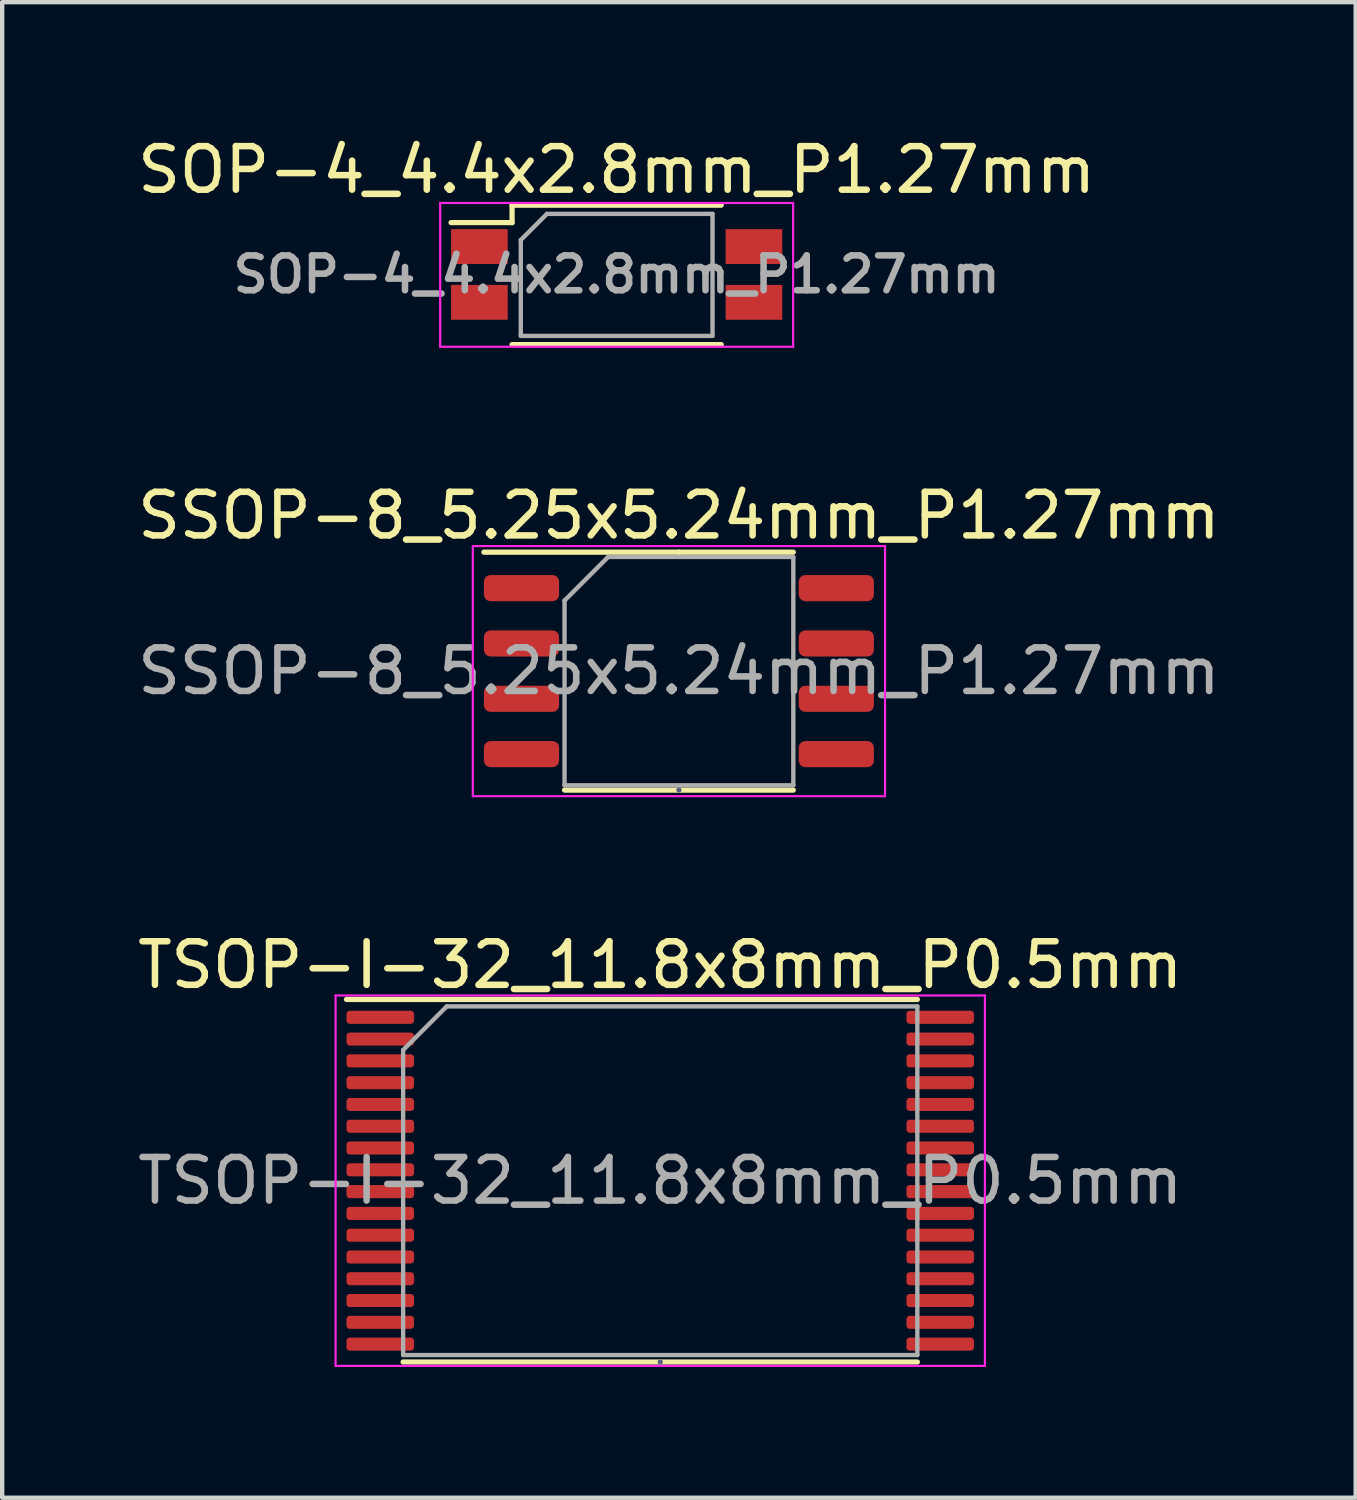
<source format=kicad_pcb>
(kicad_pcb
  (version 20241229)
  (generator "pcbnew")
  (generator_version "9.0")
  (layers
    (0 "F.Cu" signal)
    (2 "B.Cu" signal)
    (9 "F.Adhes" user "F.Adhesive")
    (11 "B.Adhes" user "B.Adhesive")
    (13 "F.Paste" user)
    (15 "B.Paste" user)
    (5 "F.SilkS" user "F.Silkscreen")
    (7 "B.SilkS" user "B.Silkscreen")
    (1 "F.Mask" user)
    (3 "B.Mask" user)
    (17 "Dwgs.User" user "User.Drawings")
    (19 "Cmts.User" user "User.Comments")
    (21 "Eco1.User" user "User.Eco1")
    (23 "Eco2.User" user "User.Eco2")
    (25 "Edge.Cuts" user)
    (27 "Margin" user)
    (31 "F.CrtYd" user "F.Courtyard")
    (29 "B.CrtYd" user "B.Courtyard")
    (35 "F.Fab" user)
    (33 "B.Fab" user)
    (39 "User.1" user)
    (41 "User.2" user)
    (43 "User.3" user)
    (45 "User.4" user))
  (footprint "TSOP-I-32_11.8x8mm_P0.5mm"
    (layer "F.Cu")
    (at 12.101 24.045)
    (property "Reference" "TSOP-I-32_11.8x8mm_P0.5mm" (at 0 -4.95 0) (layer "F.SilkS") (effects (font (size 1 1) (thickness 0.15))))
    (attr smd)
    (fp_line (start 0 -4.16) (end -7.2 -4.16) (stroke (width 0.12) (type solid)) (layer "F.SilkS"))
    (fp_line (start 0 -4.16) (end 5.9 -4.16) (stroke (width 0.12) (type solid)) (layer "F.SilkS"))
    (fp_line (start 0 4.16) (end -5.9 4.16) (stroke (width 0.12) (type solid)) (layer "F.SilkS"))
    (fp_line (start 0 4.16) (end 5.9 4.16) (stroke (width 0.12) (type solid)) (layer "F.SilkS"))
    (fp_line (start -7.45 -4.25) (end -7.45 4.25) (stroke (width 0.05) (type solid)) (layer "F.CrtYd"))
    (fp_line (start -7.45 4.25) (end 7.45 4.25) (stroke (width 0.05) (type solid)) (layer "F.CrtYd"))
    (fp_line (start 7.45 -4.25) (end -7.45 -4.25) (stroke (width 0.05) (type solid)) (layer "F.CrtYd"))
    (fp_line (start 7.45 4.25) (end 7.45 -4.25) (stroke (width 0.05) (type solid)) (layer "F.CrtYd"))
    (fp_line (start 0 4.16) (end 0 4.16) (stroke (width 0.12) (type solid)) (layer "B.Fab"))
    (fp_line (start -5.9 -3) (end -4.9 -4) (stroke (width 0.1) (type solid)) (layer "F.Fab"))
    (fp_line (start -5.9 4) (end -5.9 -3) (stroke (width 0.1) (type solid)) (layer "F.Fab"))
    (fp_line (start -4.9 -4) (end 5.9 -4) (stroke (width 0.1) (type solid)) (layer "F.Fab"))
    (fp_line (start 5.9 -4) (end 5.9 4) (stroke (width 0.1) (type solid)) (layer "F.Fab"))
    (fp_line (start 5.9 4) (end -5.9 4) (stroke (width 0.1) (type solid)) (layer "F.Fab"))
    (fp_text user "${REFERENCE}" (at 0 0 0) (layer "F.Fab") (effects (font (size 1 1) (thickness 0.15))))
    (pad "1" smd roundrect (at -6.425 -3.75) (size 1.55 0.3) (layers "F.Cu" "F.Mask" "F.Paste") (roundrect_rratio 0.25))
    (pad "2" smd roundrect (at -6.425 -3.25) (size 1.55 0.3) (layers "F.Cu" "F.Mask" "F.Paste") (roundrect_rratio 0.25))
    (pad "3" smd roundrect (at -6.425 -2.75) (size 1.55 0.3) (layers "F.Cu" "F.Mask" "F.Paste") (roundrect_rratio 0.25))
    (pad "4" smd roundrect (at -6.425 -2.25) (size 1.55 0.3) (layers "F.Cu" "F.Mask" "F.Paste") (roundrect_rratio 0.25))
    (pad "5" smd roundrect (at -6.425 -1.75) (size 1.55 0.3) (layers "F.Cu" "F.Mask" "F.Paste") (roundrect_rratio 0.25))
    (pad "6" smd roundrect (at -6.425 -1.25) (size 1.55 0.3) (layers "F.Cu" "F.Mask" "F.Paste") (roundrect_rratio 0.25))
    (pad "7" smd roundrect (at -6.425 -0.75) (size 1.55 0.3) (layers "F.Cu" "F.Mask" "F.Paste") (roundrect_rratio 0.25))
    (pad "8" smd roundrect (at -6.425 -0.25) (size 1.55 0.3) (layers "F.Cu" "F.Mask" "F.Paste") (roundrect_rratio 0.25))
    (pad "9" smd roundrect (at -6.425 0.25) (size 1.55 0.3) (layers "F.Cu" "F.Mask" "F.Paste") (roundrect_rratio 0.25))
    (pad "10" smd roundrect (at -6.425 0.75) (size 1.55 0.3) (layers "F.Cu" "F.Mask" "F.Paste") (roundrect_rratio 0.25))
    (pad "11" smd roundrect (at -6.425 1.25) (size 1.55 0.3) (layers "F.Cu" "F.Mask" "F.Paste") (roundrect_rratio 0.25))
    (pad "12" smd roundrect (at -6.425 1.75) (size 1.55 0.3) (layers "F.Cu" "F.Mask" "F.Paste") (roundrect_rratio 0.25))
    (pad "13" smd roundrect (at -6.425 2.25) (size 1.55 0.3) (layers "F.Cu" "F.Mask" "F.Paste") (roundrect_rratio 0.25))
    (pad "14" smd roundrect (at -6.425 2.75) (size 1.55 0.3) (layers "F.Cu" "F.Mask" "F.Paste") (roundrect_rratio 0.25))
    (pad "15" smd roundrect (at -6.425 3.25) (size 1.55 0.3) (layers "F.Cu" "F.Mask" "F.Paste") (roundrect_rratio 0.25))
    (pad "16" smd roundrect (at -6.425 3.75) (size 1.55 0.3) (layers "F.Cu" "F.Mask" "F.Paste") (roundrect_rratio 0.25))
    (pad "17" smd roundrect (at 6.425 3.75) (size 1.55 0.3) (layers "F.Cu" "F.Mask" "F.Paste") (roundrect_rratio 0.25))
    (pad "18" smd roundrect (at 6.425 3.25) (size 1.55 0.3) (layers "F.Cu" "F.Mask" "F.Paste") (roundrect_rratio 0.25))
    (pad "19" smd roundrect (at 6.425 2.75) (size 1.55 0.3) (layers "F.Cu" "F.Mask" "F.Paste") (roundrect_rratio 0.25))
    (pad "20" smd roundrect (at 6.425 2.25) (size 1.55 0.3) (layers "F.Cu" "F.Mask" "F.Paste") (roundrect_rratio 0.25))
    (pad "21" smd roundrect (at 6.425 1.75) (size 1.55 0.3) (layers "F.Cu" "F.Mask" "F.Paste") (roundrect_rratio 0.25))
    (pad "22" smd roundrect (at 6.425 1.25) (size 1.55 0.3) (layers "F.Cu" "F.Mask" "F.Paste") (roundrect_rratio 0.25))
    (pad "23" smd roundrect (at 6.425 0.75) (size 1.55 0.3) (layers "F.Cu" "F.Mask" "F.Paste") (roundrect_rratio 0.25))
    (pad "24" smd roundrect (at 6.425 0.25) (size 1.55 0.3) (layers "F.Cu" "F.Mask" "F.Paste") (roundrect_rratio 0.25))
    (pad "25" smd roundrect (at 6.425 -0.25) (size 1.55 0.3) (layers "F.Cu" "F.Mask" "F.Paste") (roundrect_rratio 0.25))
    (pad "26" smd roundrect (at 6.425 -0.75) (size 1.55 0.3) (layers "F.Cu" "F.Mask" "F.Paste") (roundrect_rratio 0.25))
    (pad "27" smd roundrect (at 6.425 -1.25) (size 1.55 0.3) (layers "F.Cu" "F.Mask" "F.Paste") (roundrect_rratio 0.25))
    (pad "28" smd roundrect (at 6.425 -1.75) (size 1.55 0.3) (layers "F.Cu" "F.Mask" "F.Paste") (roundrect_rratio 0.25))
    (pad "29" smd roundrect (at 6.425 -2.25) (size 1.55 0.3) (layers "F.Cu" "F.Mask" "F.Paste") (roundrect_rratio 0.25))
    (pad "30" smd roundrect (at 6.425 -2.75) (size 1.55 0.3) (layers "F.Cu" "F.Mask" "F.Paste") (roundrect_rratio 0.25))
    (pad "31" smd roundrect (at 6.425 -3.25) (size 1.55 0.3) (layers "F.Cu" "F.Mask" "F.Paste") (roundrect_rratio 0.25))
    (pad "32" smd roundrect (at 6.425 -3.75) (size 1.55 0.3) (layers "F.Cu" "F.Mask" "F.Paste") (roundrect_rratio 0.25)))
  (footprint "SSOP-8_5.25x5.24mm_P1.27mm"
    (layer "F.Cu")
    (at 12.53 12.351)
    (property "Reference" "SSOP-8_5.25x5.24mm_P1.27mm" (at 0 -3.57 0) (layer "F.SilkS") (effects (font (size 1 1) (thickness 0.15))))
    (attr smd)
    (fp_line (start 0 -2.73) (end -4.475 -2.73) (stroke (width 0.12) (type solid)) (layer "F.SilkS"))
    (fp_line (start 0 -2.73) (end 2.625 -2.73) (stroke (width 0.12) (type solid)) (layer "F.SilkS"))
    (fp_line (start 0 2.73) (end -2.625 2.73) (stroke (width 0.12) (type solid)) (layer "F.SilkS"))
    (fp_line (start 0 2.73) (end 2.625 2.73) (stroke (width 0.12) (type solid)) (layer "F.SilkS"))
    (fp_line (start -4.73 -2.87) (end -4.73 2.87) (stroke (width 0.05) (type solid)) (layer "F.CrtYd"))
    (fp_line (start -4.73 2.87) (end 4.73 2.87) (stroke (width 0.05) (type solid)) (layer "F.CrtYd"))
    (fp_line (start 4.73 -2.87) (end -4.73 -2.87) (stroke (width 0.05) (type solid)) (layer "F.CrtYd"))
    (fp_line (start 4.73 2.87) (end 4.73 -2.87) (stroke (width 0.05) (type solid)) (layer "F.CrtYd"))
    (fp_line (start 0 2.73) (end 0 2.73) (stroke (width 0.12) (type solid)) (layer "B.Fab"))
    (fp_line (start -2.625 -1.62) (end -1.625 -2.62) (stroke (width 0.1) (type solid)) (layer "F.Fab"))
    (fp_line (start -2.625 2.62) (end -2.625 -1.62) (stroke (width 0.1) (type solid)) (layer "F.Fab"))
    (fp_line (start -1.625 -2.62) (end 2.625 -2.62) (stroke (width 0.1) (type solid)) (layer "F.Fab"))
    (fp_line (start 2.625 -2.62) (end 2.625 2.62) (stroke (width 0.1) (type solid)) (layer "F.Fab"))
    (fp_line (start 2.625 2.62) (end -2.625 2.62) (stroke (width 0.1) (type solid)) (layer "F.Fab"))
    (fp_text user "${REFERENCE}" (at 0 0 0) (layer "F.Fab") (effects (font (size 1 1) (thickness 0.15))))
    (pad "1" smd roundrect (at -3.612 -1.905) (size 1.725 0.6) (layers "F.Cu" "F.Mask" "F.Paste") (roundrect_rratio 0.25))
    (pad "2" smd roundrect (at -3.612 -0.635) (size 1.725 0.6) (layers "F.Cu" "F.Mask" "F.Paste") (roundrect_rratio 0.25))
    (pad "3" smd roundrect (at -3.612 0.635) (size 1.725 0.6) (layers "F.Cu" "F.Mask" "F.Paste") (roundrect_rratio 0.25))
    (pad "4" smd roundrect (at -3.612 1.905) (size 1.725 0.6) (layers "F.Cu" "F.Mask" "F.Paste") (roundrect_rratio 0.25))
    (pad "5" smd roundrect (at 3.612 1.905) (size 1.725 0.6) (layers "F.Cu" "F.Mask" "F.Paste") (roundrect_rratio 0.25))
    (pad "6" smd roundrect (at 3.612 0.635) (size 1.725 0.6) (layers "F.Cu" "F.Mask" "F.Paste") (roundrect_rratio 0.25))
    (pad "7" smd roundrect (at 3.612 -0.635) (size 1.725 0.6) (layers "F.Cu" "F.Mask" "F.Paste") (roundrect_rratio 0.25))
    (pad "8" smd roundrect (at 3.612 -1.905) (size 1.725 0.6) (layers "F.Cu" "F.Mask" "F.Paste") (roundrect_rratio 0.25)))
  (footprint "SOP-4_4.4x2.8mm_P1.27mm"
    (layer "F.Cu")
    (at 11.101 3.248)
    (property "Reference" "SOP-4_4.4x2.8mm_P1.27mm" (at 0 -2.4 0) (layer "F.SilkS") (effects (font (size 1 1) (thickness 0.15))))
    (attr smd)
    (fp_line (start -2.4 -1.59) (end -2.4 -1.19) (stroke (width 0.12) (type solid)) (layer "F.SilkS"))
    (fp_line (start -2.4 -1.59) (end 2.4 -1.59) (stroke (width 0.12) (type solid)) (layer "F.SilkS"))
    (fp_line (start -2.4 -1.19) (end -3.8 -1.19) (stroke (width 0.12) (type solid)) (layer "F.SilkS"))
    (fp_line (start -2.4 1.61) (end 2.4 1.61) (stroke (width 0.12) (type solid)) (layer "F.SilkS"))
    (fp_line (start -4.05 -1.64) (end -4.05 1.66) (stroke (width 0.05) (type solid)) (layer "F.CrtYd"))
    (fp_line (start -4.05 -1.64) (end 4.05 -1.64) (stroke (width 0.05) (type solid)) (layer "F.CrtYd"))
    (fp_line (start 4.05 1.66) (end -4.05 1.66) (stroke (width 0.05) (type solid)) (layer "F.CrtYd"))
    (fp_line (start 4.05 1.66) (end 4.05 -1.64) (stroke (width 0.05) (type solid)) (layer "F.CrtYd"))
    (fp_line (start -2.2 -0.79) (end -1.6 -1.39) (stroke (width 0.1) (type solid)) (layer "F.Fab"))
    (fp_line (start -2.2 1.41) (end -2.2 -0.79) (stroke (width 0.1) (type solid)) (layer "F.Fab"))
    (fp_line (start -1.6 -1.39) (end 2.2 -1.39) (stroke (width 0.1) (type solid)) (layer "F.Fab"))
    (fp_line (start 2.2 -1.39) (end 2.2 1.41) (stroke (width 0.1) (type solid)) (layer "F.Fab"))
    (fp_line (start 2.2 1.41) (end -2.2 1.41) (stroke (width 0.1) (type solid)) (layer "F.Fab"))
    (fp_text user "${REFERENCE}" (at 0 0 0) (layer "F.Fab") (effects (font (size 0.8 0.8) (thickness 0.15))))
    (pad "1" smd rect (at -3.15 -0.64) (size 1.3 0.8) (layers "F.Cu" "F.Mask" "F.Paste"))
    (pad "2" smd rect (at -3.15 0.64) (size 1.3 0.8) (layers "F.Cu" "F.Mask" "F.Paste"))
    (pad "3" smd rect (at 3.15 0.64) (size 1.3 0.8) (layers "F.Cu" "F.Mask" "F.Paste"))
    (pad "4" smd rect (at 3.15 -0.64) (size 1.3 0.8) (layers "F.Cu" "F.Mask" "F.Paste")))
  (gr_rect
    (start -3 -3)
    (end 28.06 31.32)
    (stroke (width 0.1) (type default))
    (fill no)
    (layer "Edge.Cuts")))
</source>
